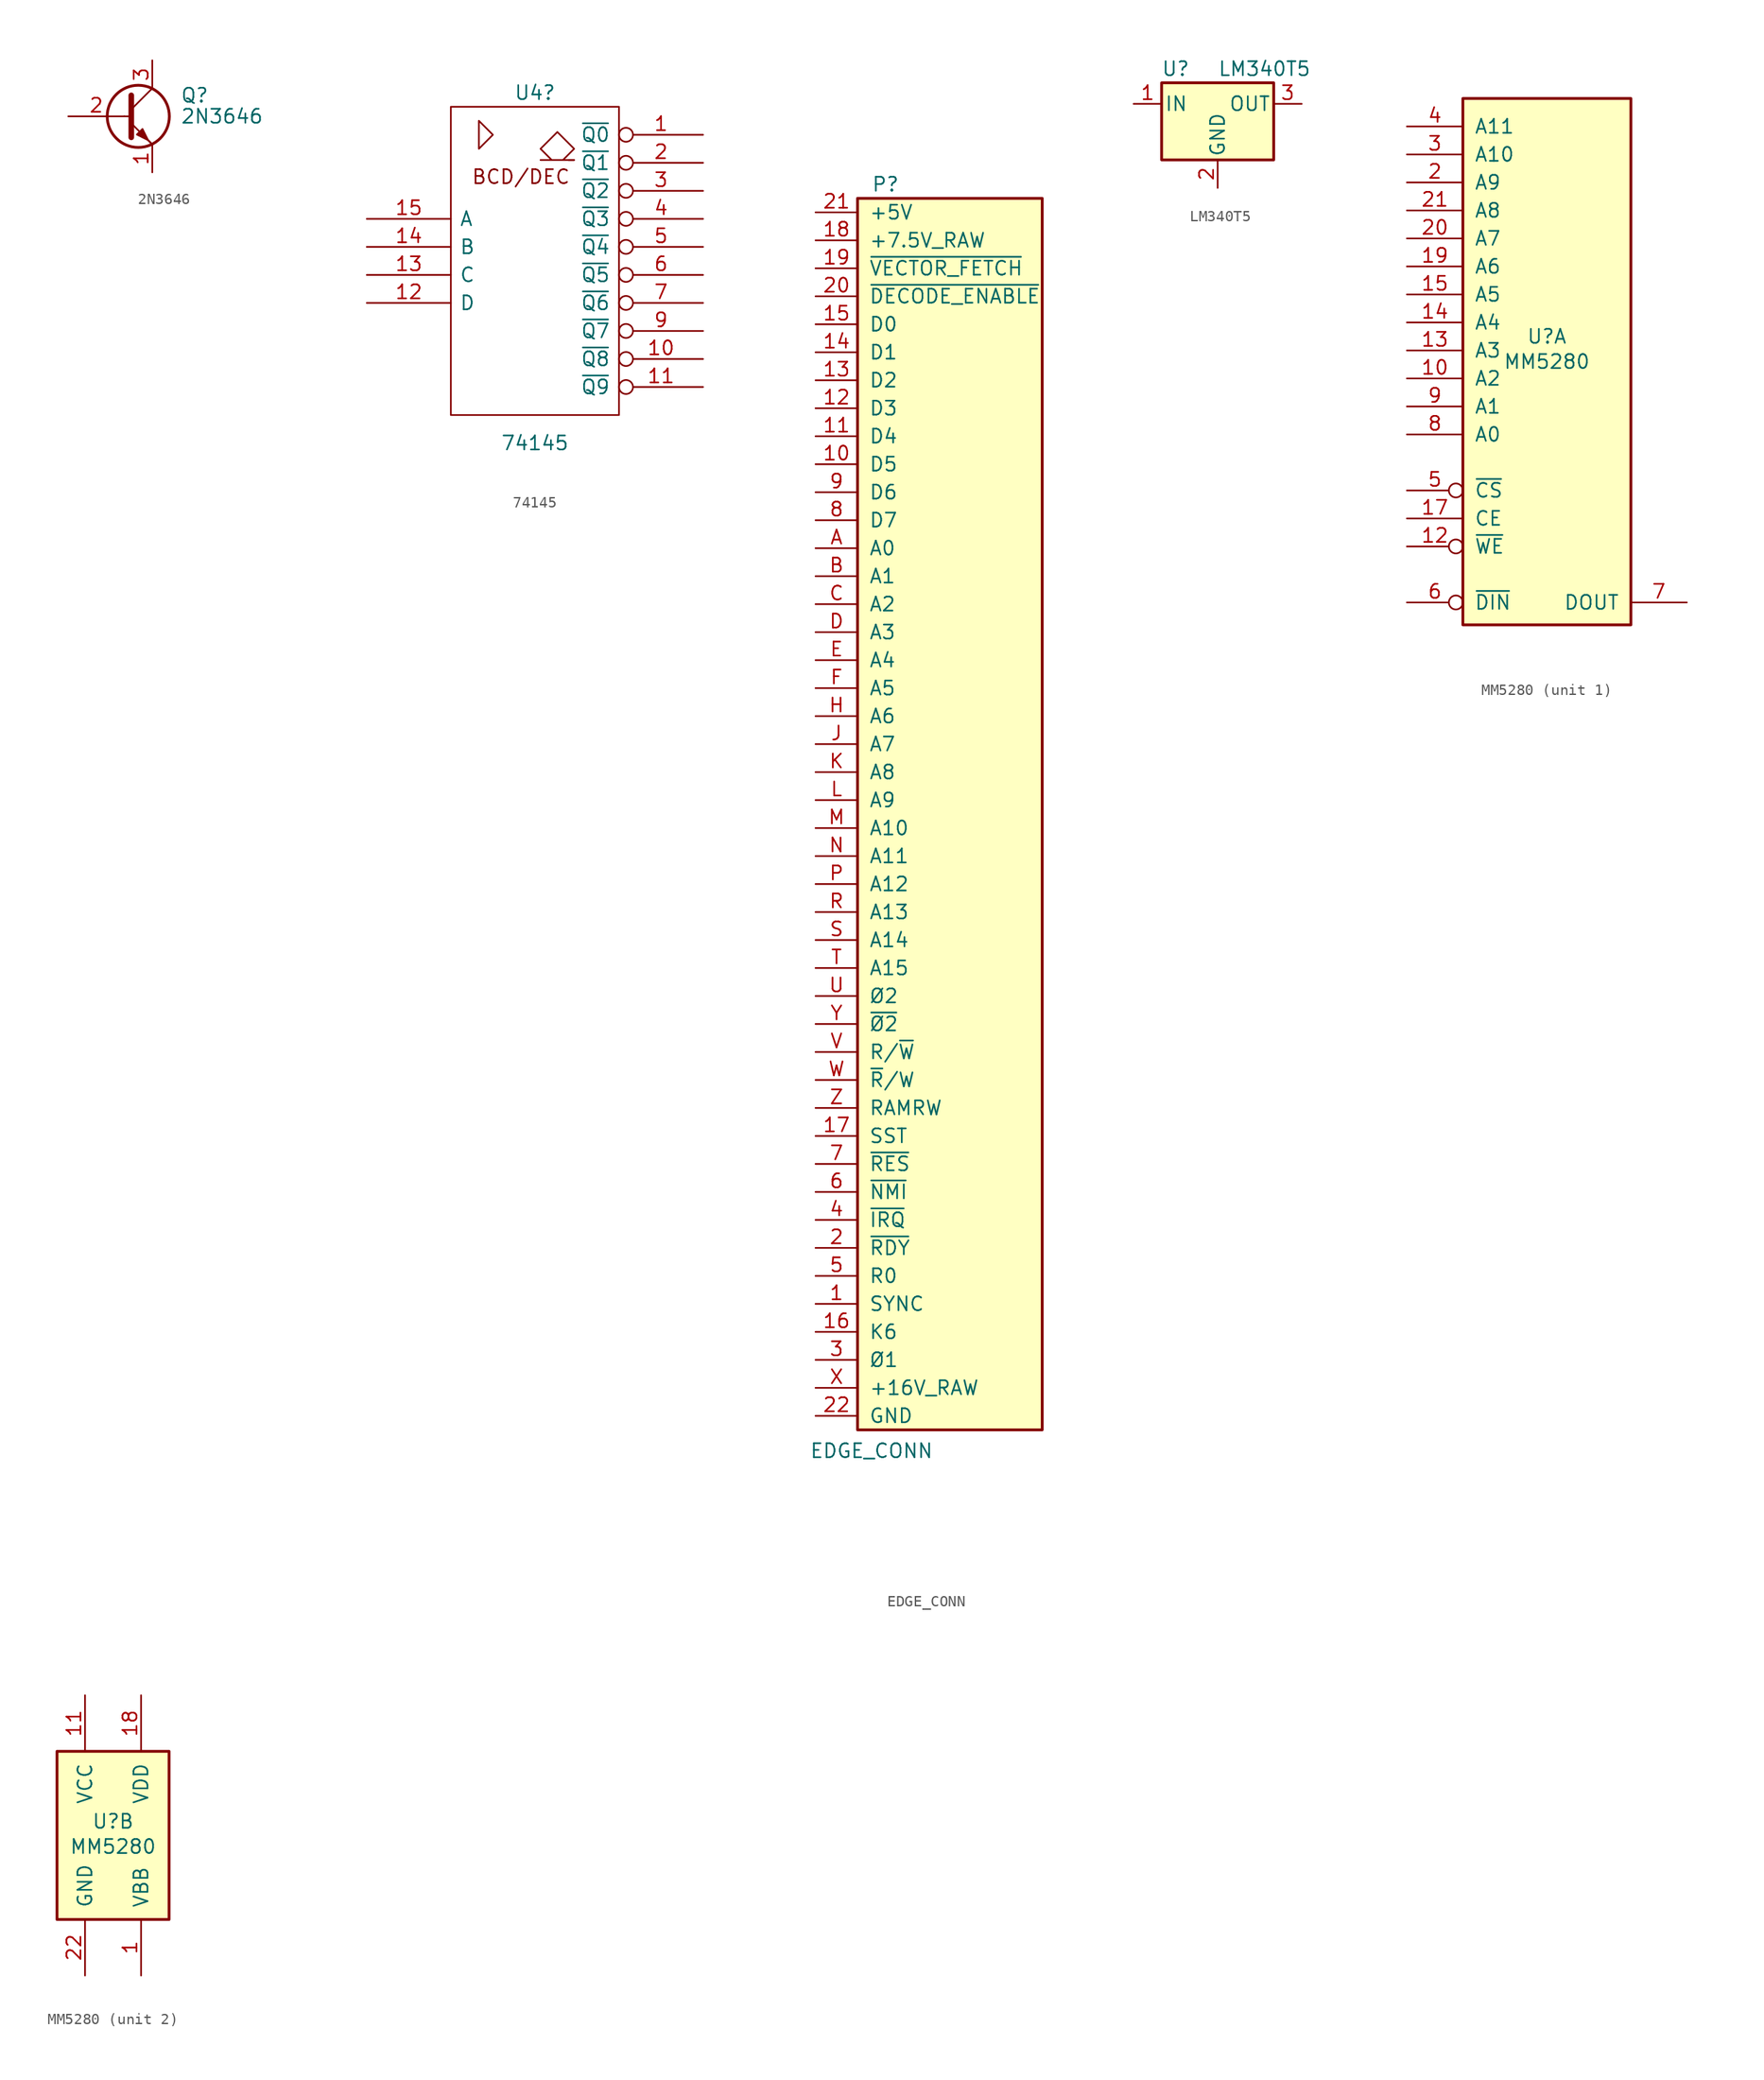
<source format=kicad_sym>
(kicad_symbol_lib
  (version 20220914)
  (generator kicad_symbol_editor)
  (symbol "2N3646"
    (pin_names
      (offset 0) hide)
    (property "Reference" "Q"
      (at 5.08 1.905 0)
      (effects (font (size 1.27 1.27)) (justify left)))
    (property "Value" "2N3646 "
      (at 5.08 0 0)
      (effects (font (size 1.27 1.27)) (justify left)))
    (symbol "2N3646_0_1"
      (polyline (pts (xy 0 0) (xy 0.635 0)) (stroke (width 0) (type default)) (fill (type none)))
      (polyline (pts (xy 2.54 -2.54) (xy 0.635 -0.635)) (stroke (width 0) (type default)) (fill (type none)))
      (polyline (pts (xy 2.54 2.54) (xy 0.635 0.635)) (stroke (width 0) (type default)) (fill (type none)))
      (polyline (pts (xy 0.635 1.905) (xy 0.635 -1.905) (xy 0.635 -1.905)) (stroke (width 0.508) (type default)) (fill (type none)))
      (polyline (pts (xy 2.413 -2.413) (xy 1.905 -1.905) (xy 1.905 -1.905)) (stroke (width 0) (type default)) (fill (type none)))
      (polyline (pts (xy 1.143 -1.651) (xy 1.651 -1.143) (xy 2.159 -2.159) (xy 1.143 -1.651) (xy 1.143 -1.651)) (stroke (width 0) (type default)) (fill (type outline)))
      (circle (center 1.27 0) (radius 2.819) (stroke (width 0.254) (type default)) (fill (type none))))
    (symbol "2N3646_1_1"
      (pin passive line (at 2.54 -5.08 90) (length 2.54) (name "E" (effects (font (size 1.27 1.27)))) (number "1" (effects (font (size 1.27 1.27)))))
      (pin input line (at -5.08 0 0) (length 5.08) (name "B" (effects (font (size 1.27 1.27)))) (number "2" (effects (font (size 1.27 1.27)))))
      (pin passive line (at 2.54 5.08 270) (length 2.54) (name "C" (effects (font (size 1.27 1.27)))) (number "3" (effects (font (size 1.27 1.27)))))))
  (symbol "74145"
    (pin_names
      (offset 0.762))
    (property "Reference" "U4"
      (at 0 15.24 0)
      (effects (font (size 1.27 1.27))))
    (property "Value" "74145"
      (at 0 -16.51 0)
      (effects (font (size 1.27 1.27))))
    (symbol "74145_0_0"
      (polyline (pts (xy 3.556 9.144) (xy 3.048 9.144) (xy 3.048 9.144)) (stroke (width 0) (type default)) (fill (type none)))
      (polyline (pts (xy -5.08 12.7) (xy -5.08 10.16) (xy -3.81 11.43) (xy -5.08 12.7) (xy -5.08 12.7)) (stroke (width 0) (type default)) (fill (type none)))
      (polyline (pts (xy 2.54 9.144) (xy 3.556 10.16) (xy 2.032 11.684) (xy 0.508 10.16) (xy 1.524 9.144) (xy 0.508 9.144) (xy 3.556 9.144)) (stroke (width 0) (type default)) (fill (type none)))
      (text "BCD/DEC" (at -1.27 7.62 0) (effects (font (size 1.27 1.27))))
      (pin power_in line (at 0 13.97 270) (length 0) hide (name "VCC" (effects (font (size 1.27 1.27)))) (number "16" (effects (font (size 1.27 1.27)))))
      (pin power_in line (at 0 -13.97 90) (length 0) hide (name "GND" (effects (font (size 1.27 1.27)))) (number "8" (effects (font (size 1.27 1.27))))))
    (symbol "74145_0_1"
      (rectangle (start -7.62 13.97) (end 7.62 -13.97) (stroke (width 0) (type default)) (fill (type none))))
    (symbol "74145_1_1"
      (pin open_collector inverted (at 15.24 11.43 180) (length 7.62) (name "~{Q0}" (effects (font (size 1.27 1.27)))) (number "1" (effects (font (size 1.27 1.27)))))
      (pin open_collector inverted (at 15.24 -8.89 180) (length 7.62) (name "~{Q8}" (effects (font (size 1.27 1.27)))) (number "10" (effects (font (size 1.27 1.27)))))
      (pin open_collector inverted (at 15.24 -11.43 180) (length 7.62) (name "~{Q9}" (effects (font (size 1.27 1.27)))) (number "11" (effects (font (size 1.27 1.27)))))
      (pin input line (at -15.24 -3.81 0) (length 7.62) (name "D" (effects (font (size 1.27 1.27)))) (number "12" (effects (font (size 1.27 1.27)))))
      (pin input line (at -15.24 -1.27 0) (length 7.62) (name "C" (effects (font (size 1.27 1.27)))) (number "13" (effects (font (size 1.27 1.27)))))
      (pin input line (at -15.24 1.27 0) (length 7.62) (name "B" (effects (font (size 1.27 1.27)))) (number "14" (effects (font (size 1.27 1.27)))))
      (pin input line (at -15.24 3.81 0) (length 7.62) (name "A" (effects (font (size 1.27 1.27)))) (number "15" (effects (font (size 1.27 1.27)))))
      (pin open_collector inverted (at 15.24 8.89 180) (length 7.62) (name "~{Q1}" (effects (font (size 1.27 1.27)))) (number "2" (effects (font (size 1.27 1.27)))))
      (pin open_collector inverted (at 15.24 6.35 180) (length 7.62) (name "~{Q2}" (effects (font (size 1.27 1.27)))) (number "3" (effects (font (size 1.27 1.27)))))
      (pin open_collector inverted (at 15.24 3.81 180) (length 7.62) (name "~{Q3}" (effects (font (size 1.27 1.27)))) (number "4" (effects (font (size 1.27 1.27)))))
      (pin open_collector inverted (at 15.24 1.27 180) (length 7.62) (name "~{Q4}" (effects (font (size 1.27 1.27)))) (number "5" (effects (font (size 1.27 1.27)))))
      (pin open_collector inverted (at 15.24 -1.27 180) (length 7.62) (name "~{Q5}" (effects (font (size 1.27 1.27)))) (number "6" (effects (font (size 1.27 1.27)))))
      (pin open_collector inverted (at 15.24 -3.81 180) (length 7.62) (name "~{Q6}" (effects (font (size 1.27 1.27)))) (number "7" (effects (font (size 1.27 1.27)))))
      (pin open_collector inverted (at 15.24 -6.35 180) (length 7.62) (name "~{Q7}" (effects (font (size 1.27 1.27)))) (number "9" (effects (font (size 1.27 1.27)))))))
  (symbol "EDGE_CONN"
    (pin_names
      (offset 1.016))
    (property "Reference" "P"
      (at 1.27 55.88 0)
      (effects (font (size 1.27 1.27))))
    (property "Value" "EDGE_CONN"
      (at 0 -59.055 0)
      (effects (font (size 1.27 1.27))))
    (symbol "EDGE_CONN_1_1"
      (rectangle (start -1.27 54.61) (end 15.494 -57.15) (stroke (width 0.254) (type default)) (fill (type background)))
      (pin passive line (at -5.08 -45.72 0) (length 3.81) (name "SYNC" (effects (font (size 1.27 1.27)))) (number "1" (effects (font (size 1.27 1.27)))))
      (pin passive line (at -5.08 30.48 0) (length 3.81) (name "D5" (effects (font (size 1.27 1.27)))) (number "10" (effects (font (size 1.27 1.27)))))
      (pin passive line (at -5.08 33.02 0) (length 3.81) (name "D4" (effects (font (size 1.27 1.27)))) (number "11" (effects (font (size 1.27 1.27)))))
      (pin passive line (at -5.08 35.56 0) (length 3.81) (name "D3" (effects (font (size 1.27 1.27)))) (number "12" (effects (font (size 1.27 1.27)))))
      (pin passive line (at -5.08 38.1 0) (length 3.81) (name "D2" (effects (font (size 1.27 1.27)))) (number "13" (effects (font (size 1.27 1.27)))))
      (pin passive line (at -5.08 40.64 0) (length 3.81) (name "D1" (effects (font (size 1.27 1.27)))) (number "14" (effects (font (size 1.27 1.27)))))
      (pin passive line (at -5.08 43.18 0) (length 3.81) (name "D0" (effects (font (size 1.27 1.27)))) (number "15" (effects (font (size 1.27 1.27)))))
      (pin passive line (at -5.08 -48.26 0) (length 3.81) (name "K6" (effects (font (size 1.27 1.27)))) (number "16" (effects (font (size 1.27 1.27)))))
      (pin passive line (at -5.08 -30.48 0) (length 3.81) (name "SST" (effects (font (size 1.27 1.27)))) (number "17" (effects (font (size 1.27 1.27)))))
      (pin passive line (at -5.08 50.8 0) (length 3.81) (name "+7.5V_RAW" (effects (font (size 1.27 1.27)))) (number "18" (effects (font (size 1.27 1.27)))))
      (pin passive line (at -5.08 48.26 0) (length 3.81) (name "~{VECTOR_FETCH}" (effects (font (size 1.27 1.27)))) (number "19" (effects (font (size 1.27 1.27)))))
      (pin passive line (at -5.08 -40.64 0) (length 3.81) (name "~{RDY}" (effects (font (size 1.27 1.27)))) (number "2" (effects (font (size 1.27 1.27)))))
      (pin passive line (at -5.08 45.72 0) (length 3.81) (name "~{DECODE_ENABLE}" (effects (font (size 1.27 1.27)))) (number "20" (effects (font (size 1.27 1.27)))))
      (pin passive line (at -5.08 53.34 0) (length 3.81) (name "+5V" (effects (font (size 1.27 1.27)))) (number "21" (effects (font (size 1.27 1.27)))))
      (pin passive line (at -5.08 -55.88 0) (length 3.81) (name "GND" (effects (font (size 1.27 1.27)))) (number "22" (effects (font (size 1.27 1.27)))))
      (pin passive line (at -5.08 -50.8 0) (length 3.81) (name "Ø1" (effects (font (size 1.27 1.27)))) (number "3" (effects (font (size 1.27 1.27)))))
      (pin passive line (at -5.08 -38.1 0) (length 3.81) (name "~{IRQ}" (effects (font (size 1.27 1.27)))) (number "4" (effects (font (size 1.27 1.27)))))
      (pin passive line (at -5.08 -43.18 0) (length 3.81) (name "R0" (effects (font (size 1.27 1.27)))) (number "5" (effects (font (size 1.27 1.27)))))
      (pin passive line (at -5.08 -35.56 0) (length 3.81) (name "~{NMI}" (effects (font (size 1.27 1.27)))) (number "6" (effects (font (size 1.27 1.27)))))
      (pin passive line (at -5.08 -33.02 0) (length 3.81) (name "~{RES}" (effects (font (size 1.27 1.27)))) (number "7" (effects (font (size 1.27 1.27)))))
      (pin passive line (at -5.08 25.4 0) (length 3.81) (name "D7" (effects (font (size 1.27 1.27)))) (number "8" (effects (font (size 1.27 1.27)))))
      (pin passive line (at -5.08 27.94 0) (length 3.81) (name "D6" (effects (font (size 1.27 1.27)))) (number "9" (effects (font (size 1.27 1.27)))))
      (pin passive line (at -5.08 22.86 0) (length 3.81) (name "A0" (effects (font (size 1.27 1.27)))) (number "A" (effects (font (size 1.27 1.27)))))
      (pin passive line (at -5.08 20.32 0) (length 3.81) (name "A1" (effects (font (size 1.27 1.27)))) (number "B" (effects (font (size 1.27 1.27)))))
      (pin passive line (at -5.08 17.78 0) (length 3.81) (name "A2" (effects (font (size 1.27 1.27)))) (number "C" (effects (font (size 1.27 1.27)))))
      (pin passive line (at -5.08 15.24 0) (length 3.81) (name "A3" (effects (font (size 1.27 1.27)))) (number "D" (effects (font (size 1.27 1.27)))))
      (pin passive line (at -5.08 12.7 0) (length 3.81) (name "A4" (effects (font (size 1.27 1.27)))) (number "E" (effects (font (size 1.27 1.27)))))
      (pin passive line (at -5.08 10.16 0) (length 3.81) (name "A5" (effects (font (size 1.27 1.27)))) (number "F" (effects (font (size 1.27 1.27)))))
      (pin passive line (at -5.08 7.62 0) (length 3.81) (name "A6" (effects (font (size 1.27 1.27)))) (number "H" (effects (font (size 1.27 1.27)))))
      (pin passive line (at -5.08 5.08 0) (length 3.81) (name "A7" (effects (font (size 1.27 1.27)))) (number "J" (effects (font (size 1.27 1.27)))))
      (pin passive line (at -5.08 2.54 0) (length 3.81) (name "A8" (effects (font (size 1.27 1.27)))) (number "K" (effects (font (size 1.27 1.27)))))
      (pin passive line (at -5.08 0 0) (length 3.81) (name "A9" (effects (font (size 1.27 1.27)))) (number "L" (effects (font (size 1.27 1.27)))))
      (pin passive line (at -5.08 -2.54 0) (length 3.81) (name "A10" (effects (font (size 1.27 1.27)))) (number "M" (effects (font (size 1.27 1.27)))))
      (pin passive line (at -5.08 -5.08 0) (length 3.81) (name "A11" (effects (font (size 1.27 1.27)))) (number "N" (effects (font (size 1.27 1.27)))))
      (pin passive line (at -5.08 -7.62 0) (length 3.81) (name "A12" (effects (font (size 1.27 1.27)))) (number "P" (effects (font (size 1.27 1.27)))))
      (pin passive line (at -5.08 -10.16 0) (length 3.81) (name "A13" (effects (font (size 1.27 1.27)))) (number "R" (effects (font (size 1.27 1.27)))))
      (pin passive line (at -5.08 -12.7 0) (length 3.81) (name "A14" (effects (font (size 1.27 1.27)))) (number "S" (effects (font (size 1.27 1.27)))))
      (pin passive line (at -5.08 -15.24 0) (length 3.81) (name "A15" (effects (font (size 1.27 1.27)))) (number "T" (effects (font (size 1.27 1.27)))))
      (pin passive line (at -5.08 -17.78 0) (length 3.81) (name "Ø2" (effects (font (size 1.27 1.27)))) (number "U" (effects (font (size 1.27 1.27)))))
      (pin passive line (at -5.08 -22.86 0) (length 3.81) (name "R/~{W}" (effects (font (size 1.27 1.27)))) (number "V" (effects (font (size 1.27 1.27)))))
      (pin passive line (at -5.08 -25.4 0) (length 3.81) (name "~{R}/W" (effects (font (size 1.27 1.27)))) (number "W" (effects (font (size 1.27 1.27)))))
      (pin passive line (at -5.08 -53.34 0) (length 3.81) (name "+16V_RAW" (effects (font (size 1.27 1.27)))) (number "X" (effects (font (size 1.27 1.27)))))
      (pin passive line (at -5.08 -20.32 0) (length 3.81) (name "~{Ø2}" (effects (font (size 1.27 1.27)))) (number "Y" (effects (font (size 1.27 1.27)))))
      (pin passive line (at -5.08 -27.94 0) (length 3.81) (name "RAMRW" (effects (font (size 1.27 1.27)))) (number "Z" (effects (font (size 1.27 1.27)))))))
  (symbol "LM340T5"
    (pin_names
      (offset 0.254))
    (property "Reference" "U"
      (at -3.81 3.175 0)
      (effects (font (size 1.27 1.27))))
    (property "Value" "LM340T5"
      (at 0 3.175 0)
      (effects (font (size 1.27 1.27)) (justify left)))
    (symbol "LM340T5_0_1"
      (rectangle (start -5.08 1.905) (end 5.08 -5.08) (stroke (width 0.254) (type default)) (fill (type background))))
    (symbol "LM340T5_1_1"
      (pin power_in line (at -7.62 0 0) (length 2.54) (name "IN" (effects (font (size 1.27 1.27)))) (number "1" (effects (font (size 1.27 1.27)))))
      (pin power_in line (at 0 -7.62 90) (length 2.54) (name "GND" (effects (font (size 1.27 1.27)))) (number "2" (effects (font (size 1.27 1.27)))))
      (pin power_out line (at 7.62 0 180) (length 2.54) (name "OUT" (effects (font (size 1.27 1.27)))) (number "3" (effects (font (size 1.27 1.27)))))))
  (symbol "MM5280"
    (pin_names
      (offset 1.016))
    (property "Reference" "U"
      (at 0 1.27 0)
      (effects (font (size 1.27 1.27))))
    (property "Value" "MM5280"
      (at 0 -1.016 0)
      (effects (font (size 1.27 1.27))))
    (property "ki_locked" ""
      (at 0 0 0)
      (effects (font (size 1.27 1.27))))
    (symbol "MM5280_1_0"
      (pin input line (at -12.7 -2.54 0) (length 5.08) (name "A2" (effects (font (size 1.27 1.27)))) (number "10" (effects (font (size 1.27 1.27)))))
      (pin input inverted (at -12.7 -17.78 0) (length 5.08) (name "~{WE}" (effects (font (size 1.27 1.27)))) (number "12" (effects (font (size 1.27 1.27)))))
      (pin input line (at -12.7 0 0) (length 5.08) (name "A3" (effects (font (size 1.27 1.27)))) (number "13" (effects (font (size 1.27 1.27)))))
      (pin input line (at -12.7 2.54 0) (length 5.08) (name "A4" (effects (font (size 1.27 1.27)))) (number "14" (effects (font (size 1.27 1.27)))))
      (pin input line (at -12.7 5.08 0) (length 5.08) (name "A5" (effects (font (size 1.27 1.27)))) (number "15" (effects (font (size 1.27 1.27)))))
      (pin no_connect non_logic (at -7.112 -10.414 0) (length 5.08) hide (name "A2" (effects (font (size 1.27 1.27)))) (number "16" (effects (font (size 1.27 1.27)))))
      (pin input line (at -12.7 -15.24 0) (length 5.08) (name "CE" (effects (font (size 1.27 1.27)))) (number "17" (effects (font (size 1.27 1.27)))))
      (pin input line (at -12.7 7.62 0) (length 5.08) (name "A6" (effects (font (size 1.27 1.27)))) (number "19" (effects (font (size 1.27 1.27)))))
      (pin input line (at -12.7 15.24 0) (length 5.08) (name "A9" (effects (font (size 1.27 1.27)))) (number "2" (effects (font (size 1.27 1.27)))))
      (pin input line (at -12.7 10.16 0) (length 5.08) (name "A7" (effects (font (size 1.27 1.27)))) (number "20" (effects (font (size 1.27 1.27)))))
      (pin input line (at -12.7 12.7 0) (length 5.08) (name "A8" (effects (font (size 1.27 1.27)))) (number "21" (effects (font (size 1.27 1.27)))))
      (pin input line (at -12.7 17.78 0) (length 5.08) (name "A10" (effects (font (size 1.27 1.27)))) (number "3" (effects (font (size 1.27 1.27)))))
      (pin input line (at -12.7 20.32 0) (length 5.08) (name "A11" (effects (font (size 1.27 1.27)))) (number "4" (effects (font (size 1.27 1.27)))))
      (pin input inverted (at -12.7 -12.7 0) (length 5.08) (name "~{CS}" (effects (font (size 1.27 1.27)))) (number "5" (effects (font (size 1.27 1.27)))))
      (pin input inverted (at -12.7 -22.86 0) (length 5.08) (name "~{DIN}" (effects (font (size 1.27 1.27)))) (number "6" (effects (font (size 1.27 1.27)))))
      (pin tri_state line (at 12.7 -22.86 180) (length 5.08) (name "DOUT" (effects (font (size 1.27 1.27)))) (number "7" (effects (font (size 1.27 1.27)))))
      (pin input line (at -12.7 -7.62 0) (length 5.08) (name "A0" (effects (font (size 1.27 1.27)))) (number "8" (effects (font (size 1.27 1.27)))))
      (pin input line (at -12.7 -5.08 0) (length 5.08) (name "A1" (effects (font (size 1.27 1.27)))) (number "9" (effects (font (size 1.27 1.27))))))
    (symbol "MM5280_1_1"
      (rectangle (start -7.62 22.86) (end 7.62 -24.892) (stroke (width 0.254) (type default)) (fill (type background))))
    (symbol "MM5280_2_0"
      (pin power_in line (at 2.54 -12.7 90) (length 5.08) (name "VBB" (effects (font (size 1.27 1.27)))) (number "1" (effects (font (size 1.27 1.27)))))
      (pin power_in line (at -2.54 12.7 270) (length 5.08) (name "VCC" (effects (font (size 1.27 1.27)))) (number "11" (effects (font (size 1.27 1.27)))))
      (pin power_in line (at 2.54 12.7 270) (length 5.08) (name "VDD" (effects (font (size 1.27 1.27)))) (number "18" (effects (font (size 1.27 1.27)))))
      (pin power_in line (at -2.54 -12.7 90) (length 5.08) (name "GND" (effects (font (size 1.27 1.27)))) (number "22" (effects (font (size 1.27 1.27))))))
    (symbol "MM5280_2_1"
      (rectangle (start -5.08 7.62) (end 5.08 -7.62) (stroke (width 0.254) (type default)) (fill (type background))))))
</source>
